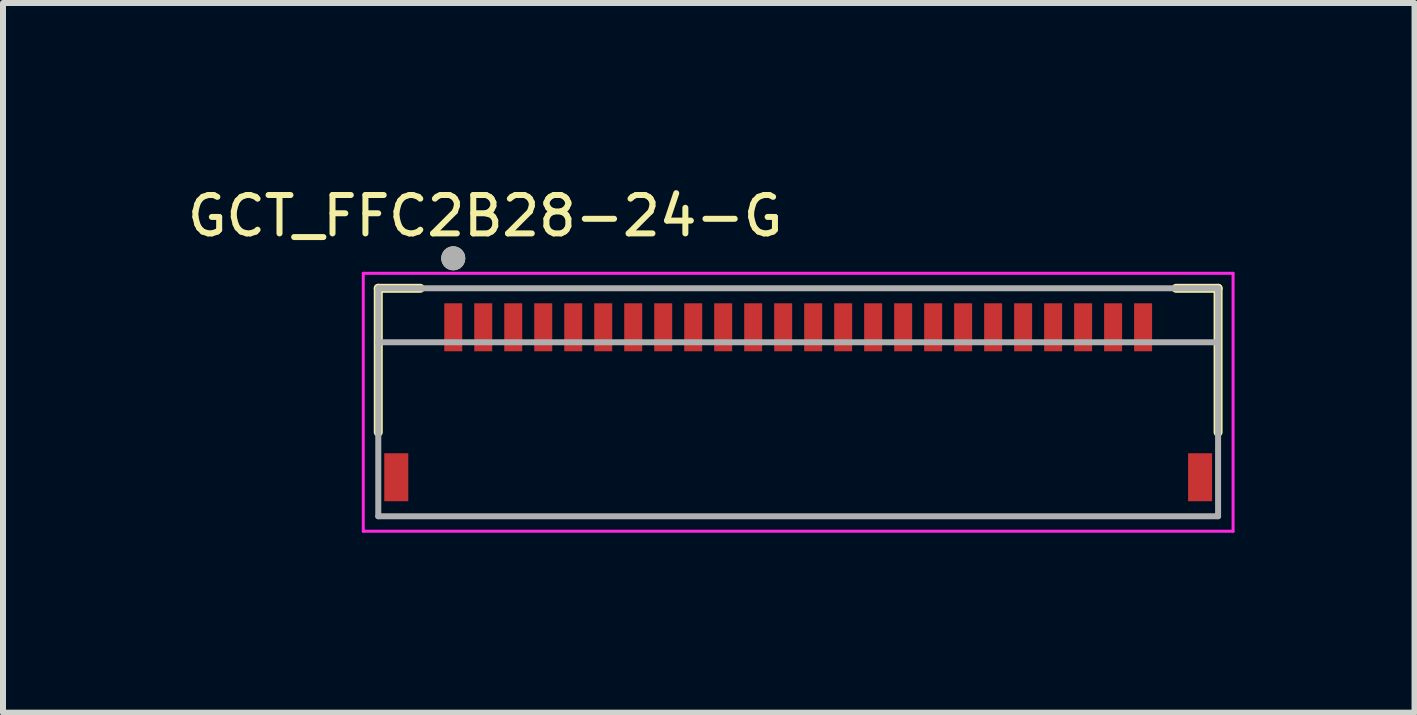
<source format=kicad_pcb>
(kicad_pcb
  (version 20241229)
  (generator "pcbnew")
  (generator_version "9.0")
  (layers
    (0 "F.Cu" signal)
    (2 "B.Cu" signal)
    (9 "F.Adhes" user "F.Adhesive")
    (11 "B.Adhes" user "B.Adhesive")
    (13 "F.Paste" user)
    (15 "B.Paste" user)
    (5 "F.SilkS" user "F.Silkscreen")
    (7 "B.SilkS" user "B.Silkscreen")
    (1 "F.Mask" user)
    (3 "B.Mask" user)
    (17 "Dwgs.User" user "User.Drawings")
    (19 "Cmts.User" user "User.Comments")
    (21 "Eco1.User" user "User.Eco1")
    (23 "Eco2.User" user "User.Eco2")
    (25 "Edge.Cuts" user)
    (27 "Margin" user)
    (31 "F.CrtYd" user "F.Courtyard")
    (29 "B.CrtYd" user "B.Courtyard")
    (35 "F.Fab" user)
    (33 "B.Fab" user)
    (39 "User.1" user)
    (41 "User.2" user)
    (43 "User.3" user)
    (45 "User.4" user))
  (footprint "GCT_FFC2B28-24-G"
    (layer "F.Cu")
    (at 10.256 3.656)
    (property "Reference" "GCT_FFC2B28-24-G" (at -5.218 -3.106 0) (layer "F.SilkS") (effects (font (size 0.64 0.64) (thickness 0.1))))
    (attr smd)
    (fp_line (start -7 -1.9) (end -6.3 -1.9) (stroke (width 0.15) (type solid)) (layer "F.SilkS"))
    (fp_line (start -7 0.5) (end -7 -1.9) (stroke (width 0.15) (type solid)) (layer "F.SilkS"))
    (fp_line (start 6.3 -1.9) (end 7 -1.9) (stroke (width 0.15) (type solid)) (layer "F.SilkS"))
    (fp_line (start 7 -1.9) (end 7 0.5) (stroke (width 0.15) (type solid)) (layer "F.SilkS"))
    (fp_circle (center -5.75 -2.4) (end -5.65 -2.4) (stroke (width 0.2) (type solid)) (fill no) (layer "F.SilkS"))
    (fp_line (start -7.25 -2.15) (end -7.25 2.15) (stroke (width 0.05) (type solid)) (layer "F.CrtYd"))
    (fp_line (start -7.25 2.15) (end 7.25 2.15) (stroke (width 0.05) (type solid)) (layer "F.CrtYd"))
    (fp_line (start 7.25 -2.15) (end -7.25 -2.15) (stroke (width 0.05) (type solid)) (layer "F.CrtYd"))
    (fp_line (start 7.25 2.15) (end 7.25 -2.15) (stroke (width 0.05) (type solid)) (layer "F.CrtYd"))
    (fp_line (start -7 -1.9) (end 7 -1.9) (stroke (width 0.1) (type solid)) (layer "F.Fab"))
    (fp_line (start -7 -1) (end -7 -1.9) (stroke (width 0.1) (type solid)) (layer "F.Fab"))
    (fp_line (start -7 -1) (end 7 -1) (stroke (width 0.1) (type solid)) (layer "F.Fab"))
    (fp_line (start -7 1.9) (end -7 -1) (stroke (width 0.1) (type solid)) (layer "F.Fab"))
    (fp_line (start 7 -1.9) (end 7 -1) (stroke (width 0.1) (type solid)) (layer "F.Fab"))
    (fp_line (start 7 -1) (end 7 1.9) (stroke (width 0.1) (type solid)) (layer "F.Fab"))
    (fp_line (start 7 1.9) (end -7 1.9) (stroke (width 0.1) (type solid)) (layer "F.Fab"))
    (fp_circle (center -5.75 -2.4) (end -5.65 -2.4) (stroke (width 0.2) (type solid)) (fill no) (layer "F.Fab"))
    (pad "1" smd rect (at -5.75 -1.25) (size 0.3 0.8) (layers "F.Cu" "F.Mask" "F.Paste"))
    (pad "2" smd rect (at -5.25 -1.25) (size 0.3 0.8) (layers "F.Cu" "F.Mask" "F.Paste"))
    (pad "3" smd rect (at -4.75 -1.25) (size 0.3 0.8) (layers "F.Cu" "F.Mask" "F.Paste"))
    (pad "4" smd rect (at -4.25 -1.25) (size 0.3 0.8) (layers "F.Cu" "F.Mask" "F.Paste"))
    (pad "5" smd rect (at -3.75 -1.25) (size 0.3 0.8) (layers "F.Cu" "F.Mask" "F.Paste"))
    (pad "6" smd rect (at -3.25 -1.25) (size 0.3 0.8) (layers "F.Cu" "F.Mask" "F.Paste"))
    (pad "7" smd rect (at -2.75 -1.25) (size 0.3 0.8) (layers "F.Cu" "F.Mask" "F.Paste"))
    (pad "8" smd rect (at -2.25 -1.25) (size 0.3 0.8) (layers "F.Cu" "F.Mask" "F.Paste"))
    (pad "9" smd rect (at -1.75 -1.25) (size 0.3 0.8) (layers "F.Cu" "F.Mask" "F.Paste"))
    (pad "10" smd rect (at -1.25 -1.25) (size 0.3 0.8) (layers "F.Cu" "F.Mask" "F.Paste"))
    (pad "11" smd rect (at -0.75 -1.25) (size 0.3 0.8) (layers "F.Cu" "F.Mask" "F.Paste"))
    (pad "12" smd rect (at -0.25 -1.25) (size 0.3 0.8) (layers "F.Cu" "F.Mask" "F.Paste"))
    (pad "13" smd rect (at 0.25 -1.25) (size 0.3 0.8) (layers "F.Cu" "F.Mask" "F.Paste"))
    (pad "14" smd rect (at 0.75 -1.25) (size 0.3 0.8) (layers "F.Cu" "F.Mask" "F.Paste"))
    (pad "15" smd rect (at 1.25 -1.25) (size 0.3 0.8) (layers "F.Cu" "F.Mask" "F.Paste"))
    (pad "16" smd rect (at 1.75 -1.25) (size 0.3 0.8) (layers "F.Cu" "F.Mask" "F.Paste"))
    (pad "17" smd rect (at 2.25 -1.25) (size 0.3 0.8) (layers "F.Cu" "F.Mask" "F.Paste"))
    (pad "18" smd rect (at 2.75 -1.25) (size 0.3 0.8) (layers "F.Cu" "F.Mask" "F.Paste"))
    (pad "19" smd rect (at 3.25 -1.25) (size 0.3 0.8) (layers "F.Cu" "F.Mask" "F.Paste"))
    (pad "20" smd rect (at 3.75 -1.25) (size 0.3 0.8) (layers "F.Cu" "F.Mask" "F.Paste"))
    (pad "21" smd rect (at 4.25 -1.25) (size 0.3 0.8) (layers "F.Cu" "F.Mask" "F.Paste"))
    (pad "22" smd rect (at 4.75 -1.25) (size 0.3 0.8) (layers "F.Cu" "F.Mask" "F.Paste"))
    (pad "23" smd rect (at 5.25 -1.25) (size 0.3 0.8) (layers "F.Cu" "F.Mask" "F.Paste"))
    (pad "24" smd rect (at 5.75 -1.25) (size 0.3 0.8) (layers "F.Cu" "F.Mask" "F.Paste"))
    (pad "MP" smd rect (at -6.7 1.25) (size 0.4 0.8) (layers "F.Cu" "F.Mask" "F.Paste"))
    (pad "MP" smd rect (at 6.7 1.25) (size 0.4 0.8) (layers "F.Cu" "F.Mask" "F.Paste")))
  (gr_rect
    (start -3 -3)
    (end 20.531 8.831)
    (stroke (width 0.1) (type default))
    (fill no)
    (layer "Edge.Cuts")))
</source>
